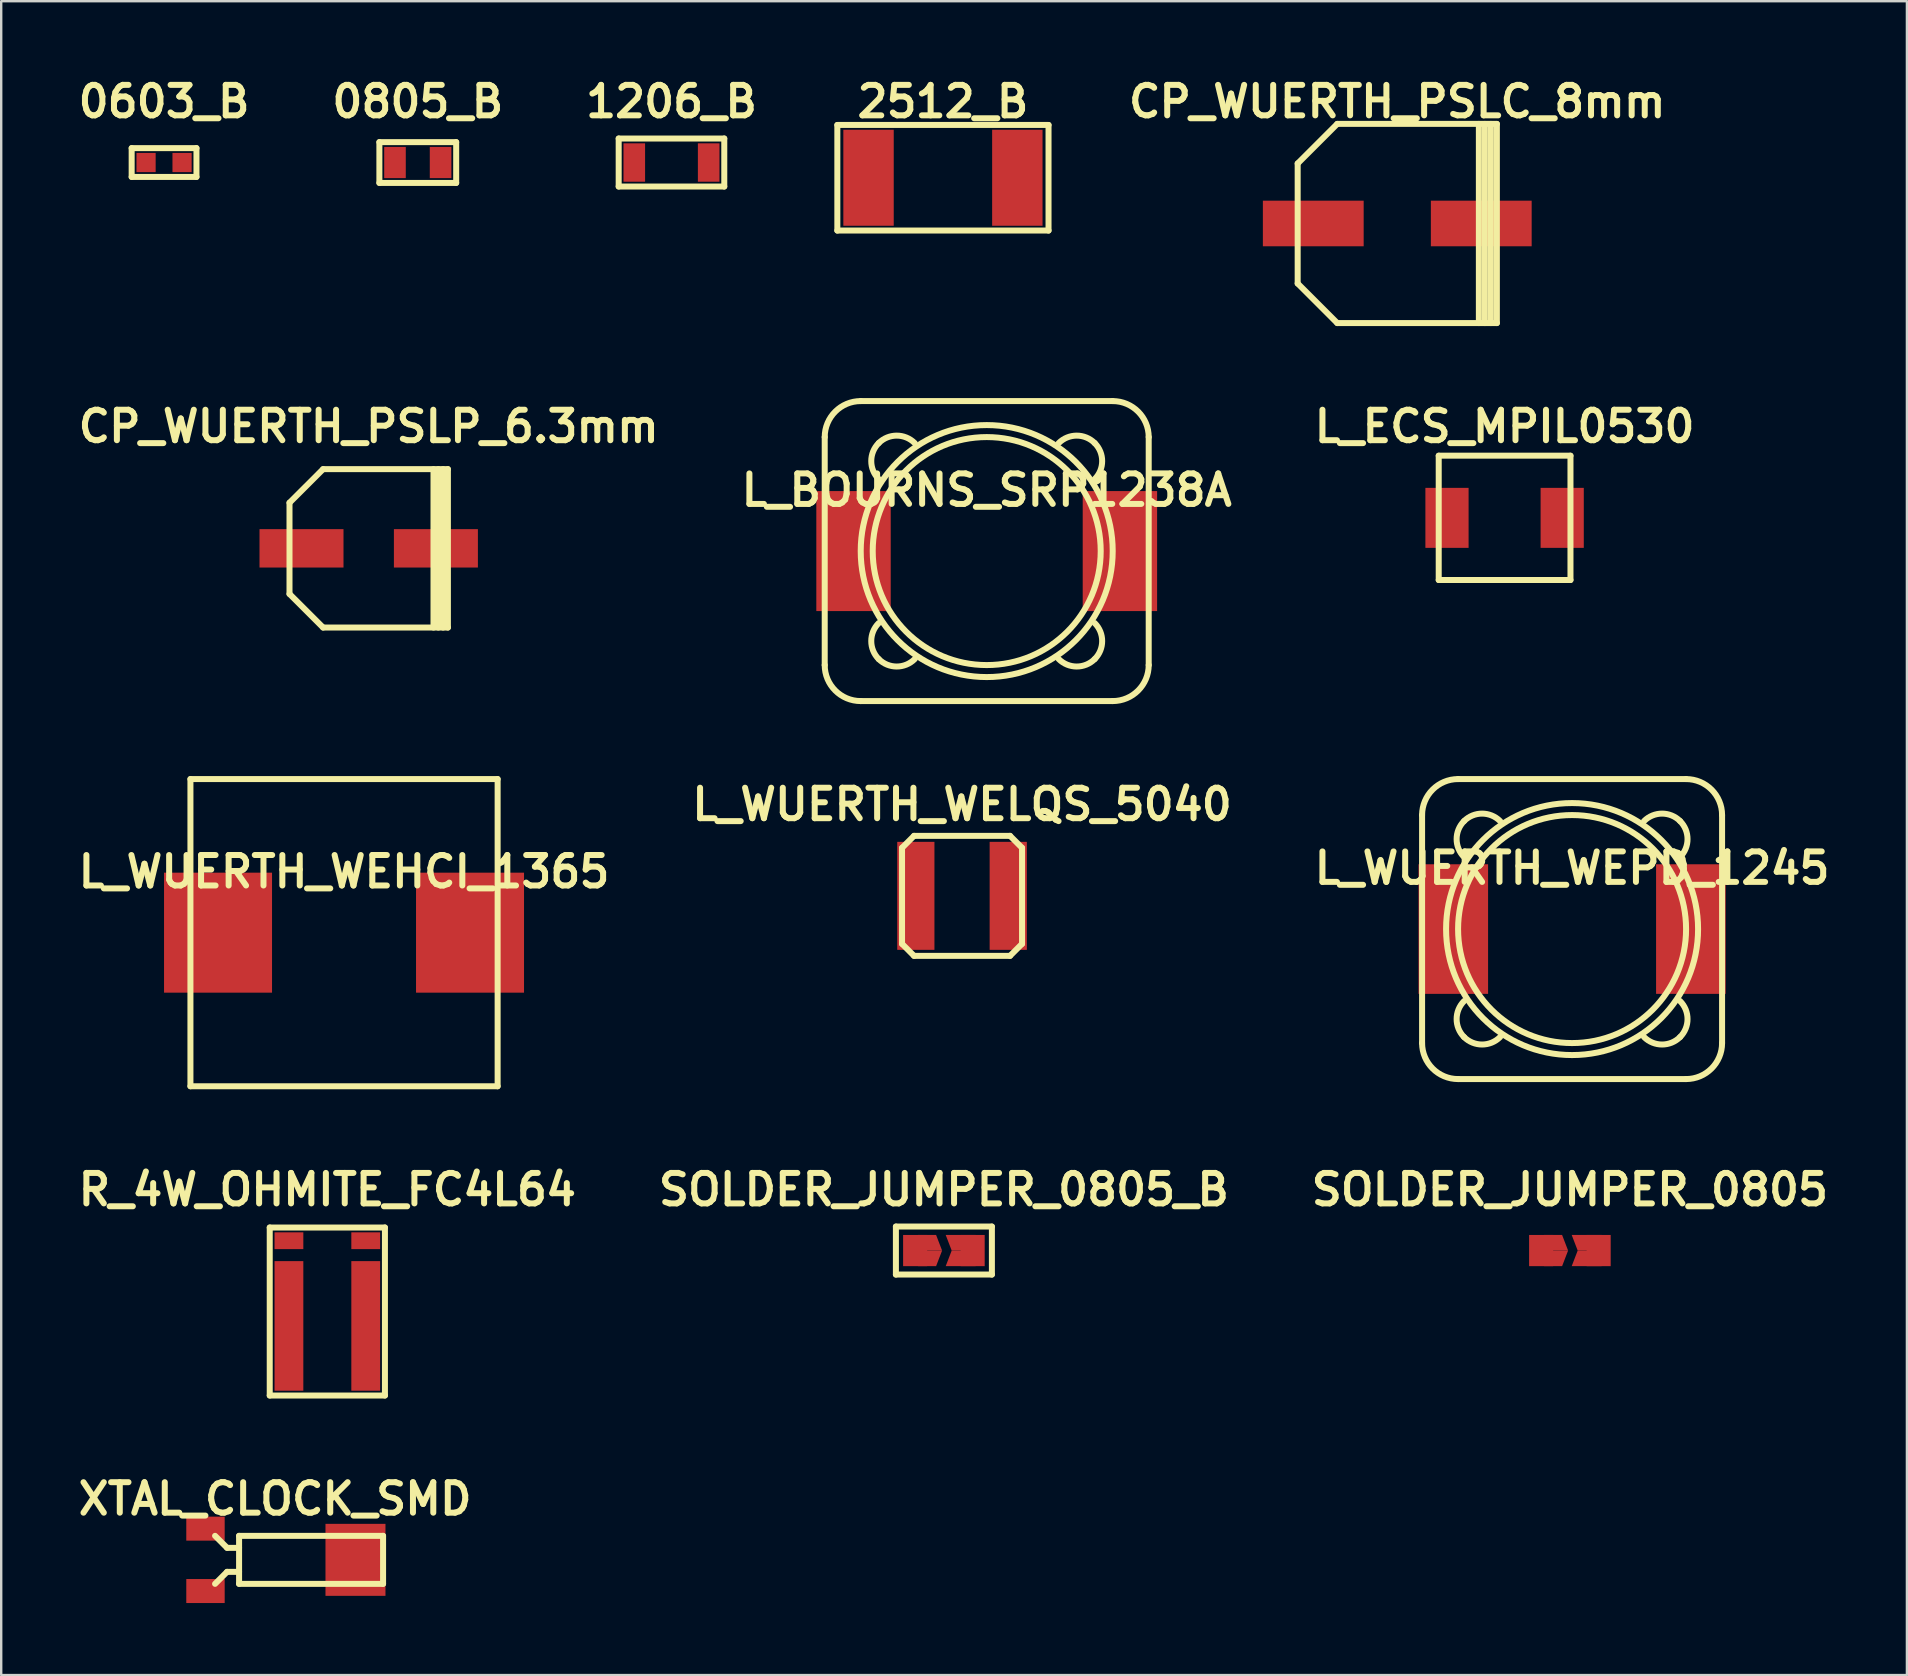
<source format=kicad_pcb>
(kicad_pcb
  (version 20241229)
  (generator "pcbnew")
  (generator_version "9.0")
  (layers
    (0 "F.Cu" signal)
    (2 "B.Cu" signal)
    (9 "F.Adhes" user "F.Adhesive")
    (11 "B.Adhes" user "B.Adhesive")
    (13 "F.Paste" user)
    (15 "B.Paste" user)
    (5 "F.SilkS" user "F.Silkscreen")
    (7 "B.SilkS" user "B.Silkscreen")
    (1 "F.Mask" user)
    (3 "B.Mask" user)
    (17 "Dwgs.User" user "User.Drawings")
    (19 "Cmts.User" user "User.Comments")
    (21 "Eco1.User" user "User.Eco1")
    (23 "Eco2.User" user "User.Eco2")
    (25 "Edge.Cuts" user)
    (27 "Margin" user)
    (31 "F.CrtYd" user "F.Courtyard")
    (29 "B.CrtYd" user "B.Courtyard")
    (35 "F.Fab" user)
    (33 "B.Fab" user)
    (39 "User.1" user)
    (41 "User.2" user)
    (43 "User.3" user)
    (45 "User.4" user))
  (footprint "SOLDER_JUMPER_0805_B"
    (layer "F.Cu")
    (at 36.28 49.058)
    (property "Reference" "SOLDER_JUMPER_0805_B" (at 0 -2.54 0) (layer "F.SilkS") (effects (font (size 1.27 1.27) (thickness 0.25))))
    (attr through_hole)
    (fp_line (start -2 -1) (end 2 -1) (stroke (width 0.25) (type solid)) (layer "F.SilkS"))
    (fp_line (start -2 1) (end -2 -1) (stroke (width 0.25) (type solid)) (layer "F.SilkS"))
    (fp_line (start 2 -1) (end 2 1) (stroke (width 0.25) (type solid)) (layer "F.SilkS"))
    (fp_line (start 2 1) (end -2 1) (stroke (width 0.25) (type solid)) (layer "F.SilkS"))
    (pad "1" smd rect (at -1.199 0) (size 1.001 1.3) (layers "F.Cu" "F.Mask"))
    (pad "1" smd trapezoid (at -0.7 -0.325) (size 1 0.65) (rect_delta 0 0.25) (layers "F.Cu" "F.Mask"))
    (pad "1" smd trapezoid (at -0.7 0.325) (size 1 0.65) (rect_delta 0 -0.25) (layers "F.Cu" "F.Mask"))
    (pad "2" smd trapezoid (at 0.7 -0.325) (size 1 0.65) (rect_delta 0 -0.25) (layers "F.Cu" "F.Mask"))
    (pad "2" smd trapezoid (at 0.7 0.325) (size 1 0.65) (rect_delta 0 0.25) (layers "F.Cu" "F.Mask"))
    (pad "2" smd rect (at 1.199 0) (size 1.001 1.3) (layers "F.Cu" "F.Mask")))
  (footprint "CP_WUERTH_PSLC_8mm"
    (layer "F.Cu")
    (at 55.171 6.262)
    (property "Reference" "CP_WUERTH_PSLC_8mm" (at 0 -5.08 0) (layer "F.SilkS") (effects (font (size 1.27 1.27) (thickness 0.25))))
    (attr through_hole)
    (fp_line (start -4.15 -2.5) (end -2.5 -4.15) (stroke (width 0.25) (type solid)) (layer "F.SilkS"))
    (fp_line (start -4.15 2.5) (end -4.15 -2.5) (stroke (width 0.25) (type solid)) (layer "F.SilkS"))
    (fp_line (start -2.5 -4.15) (end 4.15 -4.15) (stroke (width 0.25) (type solid)) (layer "F.SilkS"))
    (fp_line (start -2.5 4.15) (end -4.15 2.5) (stroke (width 0.25) (type solid)) (layer "F.SilkS"))
    (fp_line (start 3.4 4.15) (end 3.4 -4.15) (stroke (width 0.25) (type solid)) (layer "F.SilkS"))
    (fp_line (start 3.65 4.15) (end 3.65 -4.15) (stroke (width 0.25) (type solid)) (layer "F.SilkS"))
    (fp_line (start 3.9 -4.15) (end 3.9 4.15) (stroke (width 0.25) (type solid)) (layer "F.SilkS"))
    (fp_line (start 4.15 -4.15) (end 4.15 4.15) (stroke (width 0.25) (type solid)) (layer "F.SilkS"))
    (fp_line (start 4.15 4.15) (end -2.5 4.15) (stroke (width 0.25) (type solid)) (layer "F.SilkS"))
    (pad "1" smd rect (at -3.5 0) (size 4.2 1.9) (layers "F.Cu" "F.Mask" "F.Paste"))
    (pad "2" smd rect (at 3.5 0) (size 4.2 1.9) (layers "F.Cu" "F.Mask" "F.Paste")))
  (footprint "L_BOURNS_SRP1238A"
    (layer "F.Cu")
    (at 38.064 19.912)
    (property "Reference" "L_BOURNS_SRP1238A" (at 0 -2.54 0) (layer "F.SilkS") (effects (font (size 1.27 1.27) (thickness 0.25))))
    (attr through_hole)
    (fp_line (start -6.75 4.75) (end -6.75 -4.75) (stroke (width 0.25) (type solid)) (layer "F.SilkS"))
    (fp_line (start -5.25 -6.25) (end 5.25 -6.25) (stroke (width 0.25) (type solid)) (layer "F.SilkS"))
    (fp_line (start 5.25 6.25) (end -5.25 6.25) (stroke (width 0.25) (type solid)) (layer "F.SilkS"))
    (fp_line (start 6.75 -4.75) (end 6.75 4.75) (stroke (width 0.25) (type solid)) (layer "F.SilkS"))
    (fp_arc (start -6.75 -4.75) (mid -6.31066 -5.81066) (end -5.25 -6.25) (stroke (width 0.25) (type solid)) (layer "F.SilkS"))
    (fp_arc (start -5.25 6.25) (mid -6.31066 5.81066) (end -6.75 4.75) (stroke (width 0.25) (type solid)) (layer "F.SilkS"))
    (fp_arc (start -4.5 -4.5) (mid -3.75 -4.81066) (end -3 -4.5) (stroke (width 0.25) (type solid)) (layer "F.SilkS"))
    (fp_arc (start -4.5 -3) (mid -4.81066 -3.75) (end -4.5 -4.5) (stroke (width 0.25) (type solid)) (layer "F.SilkS"))
    (fp_arc (start -4.5 4.5) (mid -4.81066 3.75) (end -4.5 3) (stroke (width 0.25) (type solid)) (layer "F.SilkS"))
    (fp_arc (start -3 4.5) (mid -3.75 4.81066) (end -4.5 4.5) (stroke (width 0.25) (type solid)) (layer "F.SilkS"))
    (fp_arc (start 3 -4.5) (mid 3.75 -4.81066) (end 4.5 -4.5) (stroke (width 0.25) (type solid)) (layer "F.SilkS"))
    (fp_arc (start 4.5 -4.5) (mid 4.81066 -3.75) (end 4.5 -3) (stroke (width 0.25) (type solid)) (layer "F.SilkS"))
    (fp_arc (start 4.5 3) (mid 4.81066 3.75) (end 4.5 4.5) (stroke (width 0.25) (type solid)) (layer "F.SilkS"))
    (fp_arc (start 4.5 4.5) (mid 3.75 4.81066) (end 3 4.5) (stroke (width 0.25) (type solid)) (layer "F.SilkS"))
    (fp_arc (start 5.25 -6.25) (mid 6.31066 -5.81066) (end 6.75 -4.75) (stroke (width 0.25) (type solid)) (layer "F.SilkS"))
    (fp_arc (start 6.75 4.75) (mid 6.31066 5.81066) (end 5.25 6.25) (stroke (width 0.25) (type solid)) (layer "F.SilkS"))
    (fp_circle (center 0 0) (end 4.75 0) (stroke (width 0.25) (type solid)) (fill no) (layer "F.SilkS"))
    (fp_circle (center 0 0) (end 5.25 0) (stroke (width 0.25) (type solid)) (fill no) (layer "F.SilkS"))
    (pad "1" smd rect (at -5.55 0) (size 3.1 5) (layers "F.Cu" "F.Mask" "F.Paste"))
    (pad "2" smd rect (at 5.55 0) (size 3.1 5) (layers "F.Cu" "F.Mask" "F.Paste")))
  (footprint "R_4W_OHMITE_FC4L64"
    (layer "F.Cu")
    (at 10.589 51.598)
    (property "Reference" "R_4W_OHMITE_FC4L64" (at 0 -5.08 0) (layer "F.SilkS") (effects (font (size 1.27 1.27) (thickness 0.25))))
    (attr through_hole)
    (fp_line (start -2.4 -3.5) (end 2.4 -3.5) (stroke (width 0.25) (type solid)) (layer "F.SilkS"))
    (fp_line (start -2.4 3.5) (end -2.4 -3.5) (stroke (width 0.25) (type solid)) (layer "F.SilkS"))
    (fp_line (start 2.4 -3.5) (end 2.4 3.5) (stroke (width 0.25) (type solid)) (layer "F.SilkS"))
    (fp_line (start 2.4 3.5) (end -2.4 3.5) (stroke (width 0.25) (type solid)) (layer "F.SilkS"))
    (pad "P1" smd rect (at -1.6 0.6) (size 1.2 5.4) (layers "F.Cu" "F.Mask"))
    (pad "P2" smd rect (at 1.6 0.6) (size 1.2 5.4) (layers "F.Cu" "F.Mask"))
    (pad "S1" smd rect (at -1.6 -2.95) (size 1.2 0.7) (layers "F.Cu" "F.Mask"))
    (pad "S2" smd rect (at 1.6 -2.95) (size 1.2 0.7) (layers "F.Cu" "F.Mask")))
  (footprint "1206_B"
    (layer "F.Cu")
    (at 24.929 3.722)
    (property "Reference" "1206_B" (at 0 -2.54 0) (layer "F.SilkS") (effects (font (size 1.27 1.27) (thickness 0.25))))
    (attr through_hole)
    (fp_line (start -2.2 -1) (end -2.2 1) (stroke (width 0.25) (type solid)) (layer "F.SilkS"))
    (fp_line (start -2.2 1) (end 2.2 1) (stroke (width 0.25) (type solid)) (layer "F.SilkS"))
    (fp_line (start 2.2 -1) (end -2.2 -1) (stroke (width 0.25) (type solid)) (layer "F.SilkS"))
    (fp_line (start 2.2 1) (end 2.2 -1) (stroke (width 0.25) (type solid)) (layer "F.SilkS"))
    (pad "1" smd rect (at -1.55 0) (size 0.9 1.6) (layers "F.Cu" "F.Mask"))
    (pad "2" smd rect (at 1.55 0) (size 0.9 1.6) (layers "F.Cu" "F.Mask")))
  (footprint "L_WUERTH_WEHCI_1365"
    (layer "F.Cu")
    (at 11.285 35.812)
    (property "Reference" "L_WUERTH_WEHCI_1365" (at 0 -2.54 0) (layer "F.SilkS") (effects (font (size 1.27 1.27) (thickness 0.25))))
    (attr through_hole)
    (fp_line (start -6.4 -6.4) (end -6.4 6.4) (stroke (width 0.25) (type solid)) (layer "F.SilkS"))
    (fp_line (start -6.4 6.4) (end 6.4 6.4) (stroke (width 0.25) (type solid)) (layer "F.SilkS"))
    (fp_line (start 6.4 -6.4) (end -6.4 -6.4) (stroke (width 0.25) (type solid)) (layer "F.SilkS"))
    (fp_line (start 6.4 6.4) (end 6.4 -6.4) (stroke (width 0.25) (type solid)) (layer "F.SilkS"))
    (pad "1" smd rect (at -5.25 0) (size 4.5 5) (layers "F.Cu" "F.Mask"))
    (pad "2" smd rect (at 5.25 0) (size 4.5 5) (layers "F.Cu" "F.Mask")))
  (footprint "L_ECS_MPIL0530"
    (layer "F.Cu")
    (at 59.643 18.528)
    (property "Reference" "L_ECS_MPIL0530" (at 0 -3.81 0) (layer "F.SilkS") (effects (font (size 1.27 1.27) (thickness 0.25))))
    (attr through_hole)
    (fp_line (start -2.745 -2.59) (end -2.745 2.59) (stroke (width 0.25) (type solid)) (layer "F.SilkS"))
    (fp_line (start -2.745 2.59) (end 2.745 2.59) (stroke (width 0.25) (type solid)) (layer "F.SilkS"))
    (fp_line (start 2.745 -2.59) (end -2.745 -2.59) (stroke (width 0.25) (type solid)) (layer "F.SilkS"))
    (fp_line (start 2.745 2.59) (end 2.745 -2.59) (stroke (width 0.25) (type solid)) (layer "F.SilkS"))
    (pad "1" smd rect (at -2.4 0) (size 1.8 2.5) (layers "F.Cu" "F.Mask" "F.Paste"))
    (pad "2" smd rect (at 2.4 0) (size 1.8 2.5) (layers "F.Cu" "F.Mask" "F.Paste")))
  (footprint "XTAL_CLOCK_SMD"
    (layer "F.Cu")
    (at 8.412 61.945)
    (property "Reference" "XTAL_CLOCK_SMD" (at 0 -2.54 0) (layer "F.SilkS") (effects (font (size 1.27 1.27) (thickness 0.25))))
    (attr through_hole)
    (fp_line (start -2 -0.5) (end -2.5 -1) (stroke (width 0.25) (type solid)) (layer "F.SilkS"))
    (fp_line (start -2 0.5) (end -2.5 1) (stroke (width 0.25) (type solid)) (layer "F.SilkS"))
    (fp_line (start -1.5 -1) (end 4.5 -1) (stroke (width 0.25) (type solid)) (layer "F.SilkS"))
    (fp_line (start -1.5 -0.5) (end -2 -0.5) (stroke (width 0.25) (type solid)) (layer "F.SilkS"))
    (fp_line (start -1.5 0.5) (end -2 0.5) (stroke (width 0.25) (type solid)) (layer "F.SilkS"))
    (fp_line (start -1.5 1) (end -1.5 -1) (stroke (width 0.25) (type solid)) (layer "F.SilkS"))
    (fp_line (start 4.5 -1) (end 4.5 1) (stroke (width 0.25) (type solid)) (layer "F.SilkS"))
    (fp_line (start 4.5 1) (end -1.5 1) (stroke (width 0.25) (type solid)) (layer "F.SilkS"))
    (pad "1" smd rect (at -2.9 -1.3) (size 1.6 1) (layers "F.Cu" "F.Mask"))
    (pad "2" smd rect (at -2.9 1.3) (size 1.6 1) (layers "F.Cu" "F.Mask"))
    (pad "T" smd rect (at 3.35 0) (size 2.5 3) (layers "F.Cu" "F.Mask")))
  (footprint "CP_WUERTH_PSLP_6.3mm"
    (layer "F.Cu")
    (at 12.313 19.798)
    (property "Reference" "CP_WUERTH_PSLP_6.3mm" (at 0 -5.08 0) (layer "F.SilkS") (effects (font (size 1.27 1.27) (thickness 0.25))))
    (attr through_hole)
    (fp_line (start -3.3 -1.9) (end -1.9 -3.3) (stroke (width 0.25) (type solid)) (layer "F.SilkS"))
    (fp_line (start -3.3 1.9) (end -3.3 -1.9) (stroke (width 0.25) (type solid)) (layer "F.SilkS"))
    (fp_line (start -1.9 -3.3) (end 3.3 -3.3) (stroke (width 0.25) (type solid)) (layer "F.SilkS"))
    (fp_line (start -1.9 3.3) (end -3.3 1.9) (stroke (width 0.25) (type solid)) (layer "F.SilkS"))
    (fp_line (start 2.7 3.3) (end 2.7 -3.3) (stroke (width 0.25) (type solid)) (layer "F.SilkS"))
    (fp_line (start 2.9 -3.3) (end 2.9 3.3) (stroke (width 0.25) (type solid)) (layer "F.SilkS"))
    (fp_line (start 3.1 3.3) (end 3.1 -3.3) (stroke (width 0.25) (type solid)) (layer "F.SilkS"))
    (fp_line (start 3.3 -3.3) (end 3.3 3.3) (stroke (width 0.25) (type solid)) (layer "F.SilkS"))
    (fp_line (start 3.3 3.3) (end -1.9 3.3) (stroke (width 0.25) (type solid)) (layer "F.SilkS"))
    (pad "1" smd rect (at -2.8 0) (size 3.5 1.6) (layers "F.Cu" "F.Mask" "F.Paste"))
    (pad "2" smd rect (at 2.8 0) (size 3.5 1.6) (layers "F.Cu" "F.Mask" "F.Paste")))
  (footprint "L_WUERTH_WELQS_5040"
    (layer "F.Cu")
    (at 37.036 34.278)
    (property "Reference" "L_WUERTH_WELQS_5040" (at 0 -3.81 0) (layer "F.SilkS") (effects (font (size 1.27 1.27) (thickness 0.25))))
    (attr through_hole)
    (fp_line (start -2.5 -2) (end -2 -2.5) (stroke (width 0.25) (type solid)) (layer "F.SilkS"))
    (fp_line (start -2.5 2) (end -2.5 -2) (stroke (width 0.25) (type solid)) (layer "F.SilkS"))
    (fp_line (start -2 -2.5) (end 2 -2.5) (stroke (width 0.25) (type solid)) (layer "F.SilkS"))
    (fp_line (start -2 2.5) (end -2.5 2) (stroke (width 0.25) (type solid)) (layer "F.SilkS"))
    (fp_line (start 2 -2.5) (end 2.5 -2) (stroke (width 0.25) (type solid)) (layer "F.SilkS"))
    (fp_line (start 2 2.5) (end -2 2.5) (stroke (width 0.25) (type solid)) (layer "F.SilkS"))
    (fp_line (start 2.5 -2) (end 2.5 2) (stroke (width 0.25) (type solid)) (layer "F.SilkS"))
    (fp_line (start 2.5 2) (end 2 2.5) (stroke (width 0.25) (type solid)) (layer "F.SilkS"))
    (pad "1" smd rect (at -1.925 0) (size 1.55 4.5) (layers "F.Cu" "F.Mask"))
    (pad "2" smd rect (at 1.925 0) (size 1.55 4.5) (layers "F.Cu" "F.Mask")))
  (footprint "0603_B"
    (layer "F.Cu")
    (at 3.786 3.722)
    (property "Reference" "0603_B" (at 0 -2.54 0) (layer "F.SilkS") (effects (font (size 1.27 1.27) (thickness 0.25))))
    (attr through_hole)
    (fp_line (start -1.35 -0.6) (end -1.35 0.6) (stroke (width 0.25) (type solid)) (layer "F.SilkS"))
    (fp_line (start -1.35 0.6) (end 1.35 0.6) (stroke (width 0.25) (type solid)) (layer "F.SilkS"))
    (fp_line (start 1.35 -0.6) (end -1.35 -0.6) (stroke (width 0.25) (type solid)) (layer "F.SilkS"))
    (fp_line (start 1.35 0.6) (end 1.35 -0.6) (stroke (width 0.25) (type solid)) (layer "F.SilkS"))
    (pad "1" smd rect (at -0.75 0) (size 0.8 0.8) (layers "F.Cu" "F.Mask"))
    (pad "2" smd rect (at 0.75 0) (size 0.8 0.8) (layers "F.Cu" "F.Mask")))
  (footprint "SOLDER_JUMPER_0805"
    (layer "F.Cu")
    (at 62.364 49.058)
    (property "Reference" "SOLDER_JUMPER_0805" (at 0 -2.54 0) (layer "F.SilkS") (effects (font (size 1.27 1.27) (thickness 0.25))))
    (attr through_hole)
    (pad "1" smd rect (at -1.199 0) (size 1.001 1.3) (layers "F.Cu" "F.Mask"))
    (pad "1" smd trapezoid (at -0.7 -0.325) (size 1 0.65) (rect_delta 0 0.25) (layers "F.Cu" "F.Mask"))
    (pad "1" smd trapezoid (at -0.7 0.325) (size 1 0.65) (rect_delta 0 -0.25) (layers "F.Cu" "F.Mask"))
    (pad "2" smd trapezoid (at 0.7 -0.325) (size 1 0.65) (rect_delta 0 -0.25) (layers "F.Cu" "F.Mask"))
    (pad "2" smd trapezoid (at 0.7 0.325) (size 1 0.65) (rect_delta 0 0.25) (layers "F.Cu" "F.Mask"))
    (pad "2" smd rect (at 1.199 0) (size 1.001 1.3) (layers "F.Cu" "F.Mask")))
  (footprint "2512_B"
    (layer "F.Cu")
    (at 36.24 4.357)
    (property "Reference" "2512_B" (at 0 -3.175 0) (layer "F.SilkS") (effects (font (size 1.27 1.27) (thickness 0.25))))
    (attr through_hole)
    (fp_line (start -4.4 -2.2) (end -4.4 2.2) (stroke (width 0.25) (type solid)) (layer "F.SilkS"))
    (fp_line (start -4.4 2.2) (end 4.4 2.2) (stroke (width 0.25) (type solid)) (layer "F.SilkS"))
    (fp_line (start 4.4 -2.2) (end -4.4 -2.2) (stroke (width 0.25) (type solid)) (layer "F.SilkS"))
    (fp_line (start 4.4 2.2) (end 4.4 -2.2) (stroke (width 0.25) (type solid)) (layer "F.SilkS"))
    (pad "1" smd rect (at -3.1 0) (size 2.1 4) (layers "F.Cu" "F.Mask"))
    (pad "2" smd rect (at 3.1 0) (size 2.1 4) (layers "F.Cu" "F.Mask")))
  (footprint "L_WUERTH_WEPD_1245"
    (layer "F.Cu")
    (at 62.455 35.662)
    (property "Reference" "L_WUERTH_WEPD_1245" (at 0 -2.54 0) (layer "F.SilkS") (effects (font (size 1.27 1.27) (thickness 0.25))))
    (attr through_hole)
    (fp_line (start -6.25 4.75) (end -6.25 -4.75) (stroke (width 0.25) (type solid)) (layer "F.SilkS"))
    (fp_line (start -4.75 -6.25) (end 4.75 -6.25) (stroke (width 0.25) (type solid)) (layer "F.SilkS"))
    (fp_line (start 4.75 6.25) (end -4.75 6.25) (stroke (width 0.25) (type solid)) (layer "F.SilkS"))
    (fp_line (start 6.25 -4.75) (end 6.25 4.75) (stroke (width 0.25) (type solid)) (layer "F.SilkS"))
    (fp_arc (start -6.25 -4.75) (mid -5.81066 -5.81066) (end -4.75 -6.25) (stroke (width 0.25) (type solid)) (layer "F.SilkS"))
    (fp_arc (start -4.75 6.25) (mid -5.81066 5.81066) (end -6.25 4.75) (stroke (width 0.25) (type solid)) (layer "F.SilkS"))
    (fp_arc (start -4.5 -4.5) (mid -3.75 -4.81066) (end -3 -4.5) (stroke (width 0.25) (type solid)) (layer "F.SilkS"))
    (fp_arc (start -4.5 -3) (mid -4.81066 -3.75) (end -4.5 -4.5) (stroke (width 0.25) (type solid)) (layer "F.SilkS"))
    (fp_arc (start -4.5 4.5) (mid -4.81066 3.75) (end -4.5 3) (stroke (width 0.25) (type solid)) (layer "F.SilkS"))
    (fp_arc (start -3 4.5) (mid -3.75 4.81066) (end -4.5 4.5) (stroke (width 0.25) (type solid)) (layer "F.SilkS"))
    (fp_arc (start 3 -4.5) (mid 3.75 -4.81066) (end 4.5 -4.5) (stroke (width 0.25) (type solid)) (layer "F.SilkS"))
    (fp_arc (start 4.5 -4.5) (mid 4.81066 -3.75) (end 4.5 -3) (stroke (width 0.25) (type solid)) (layer "F.SilkS"))
    (fp_arc (start 4.5 3) (mid 4.81066 3.75) (end 4.5 4.5) (stroke (width 0.25) (type solid)) (layer "F.SilkS"))
    (fp_arc (start 4.5 4.5) (mid 3.75 4.81066) (end 3 4.5) (stroke (width 0.25) (type solid)) (layer "F.SilkS"))
    (fp_arc (start 4.75 -6.25) (mid 5.81066 -5.81066) (end 6.25 -4.75) (stroke (width 0.25) (type solid)) (layer "F.SilkS"))
    (fp_arc (start 6.25 4.75) (mid 5.81066 5.81066) (end 4.75 6.25) (stroke (width 0.25) (type solid)) (layer "F.SilkS"))
    (fp_circle (center 0 0) (end 4.75 0) (stroke (width 0.25) (type solid)) (fill no) (layer "F.SilkS"))
    (fp_circle (center 0 0) (end 5.25 0) (stroke (width 0.25) (type solid)) (fill no) (layer "F.SilkS"))
    (pad "1" smd rect (at -4.95 0) (size 2.9 5.4) (layers "F.Cu" "F.Mask"))
    (pad "2" smd rect (at 4.95 0) (size 2.9 5.4) (layers "F.Cu" "F.Mask")))
  (footprint "0805_B"
    (layer "F.Cu")
    (at 14.358 3.722)
    (property "Reference" "0805_B" (at 0 -2.54 0) (layer "F.SilkS") (effects (font (size 1.27 1.27) (thickness 0.25))))
    (attr through_hole)
    (fp_line (start -1.6 -0.85) (end -1.6 0.85) (stroke (width 0.25) (type solid)) (layer "F.SilkS"))
    (fp_line (start -1.6 0.85) (end 1.6 0.85) (stroke (width 0.25) (type solid)) (layer "F.SilkS"))
    (fp_line (start 1.6 -0.85) (end -1.6 -0.85) (stroke (width 0.25) (type solid)) (layer "F.SilkS"))
    (fp_line (start 1.6 0.85) (end 1.6 -0.85) (stroke (width 0.25) (type solid)) (layer "F.SilkS"))
    (pad "1" smd rect (at -0.95 0) (size 0.9 1.3) (layers "F.Cu" "F.Mask"))
    (pad "2" smd rect (at 0.95 0) (size 0.9 1.3) (layers "F.Cu" "F.Mask")))
  (gr_rect
    (start -3 -3)
    (end 76.407 66.745)
    (stroke (width 0.1) (type default))
    (fill no)
    (layer "Edge.Cuts")))
</source>
